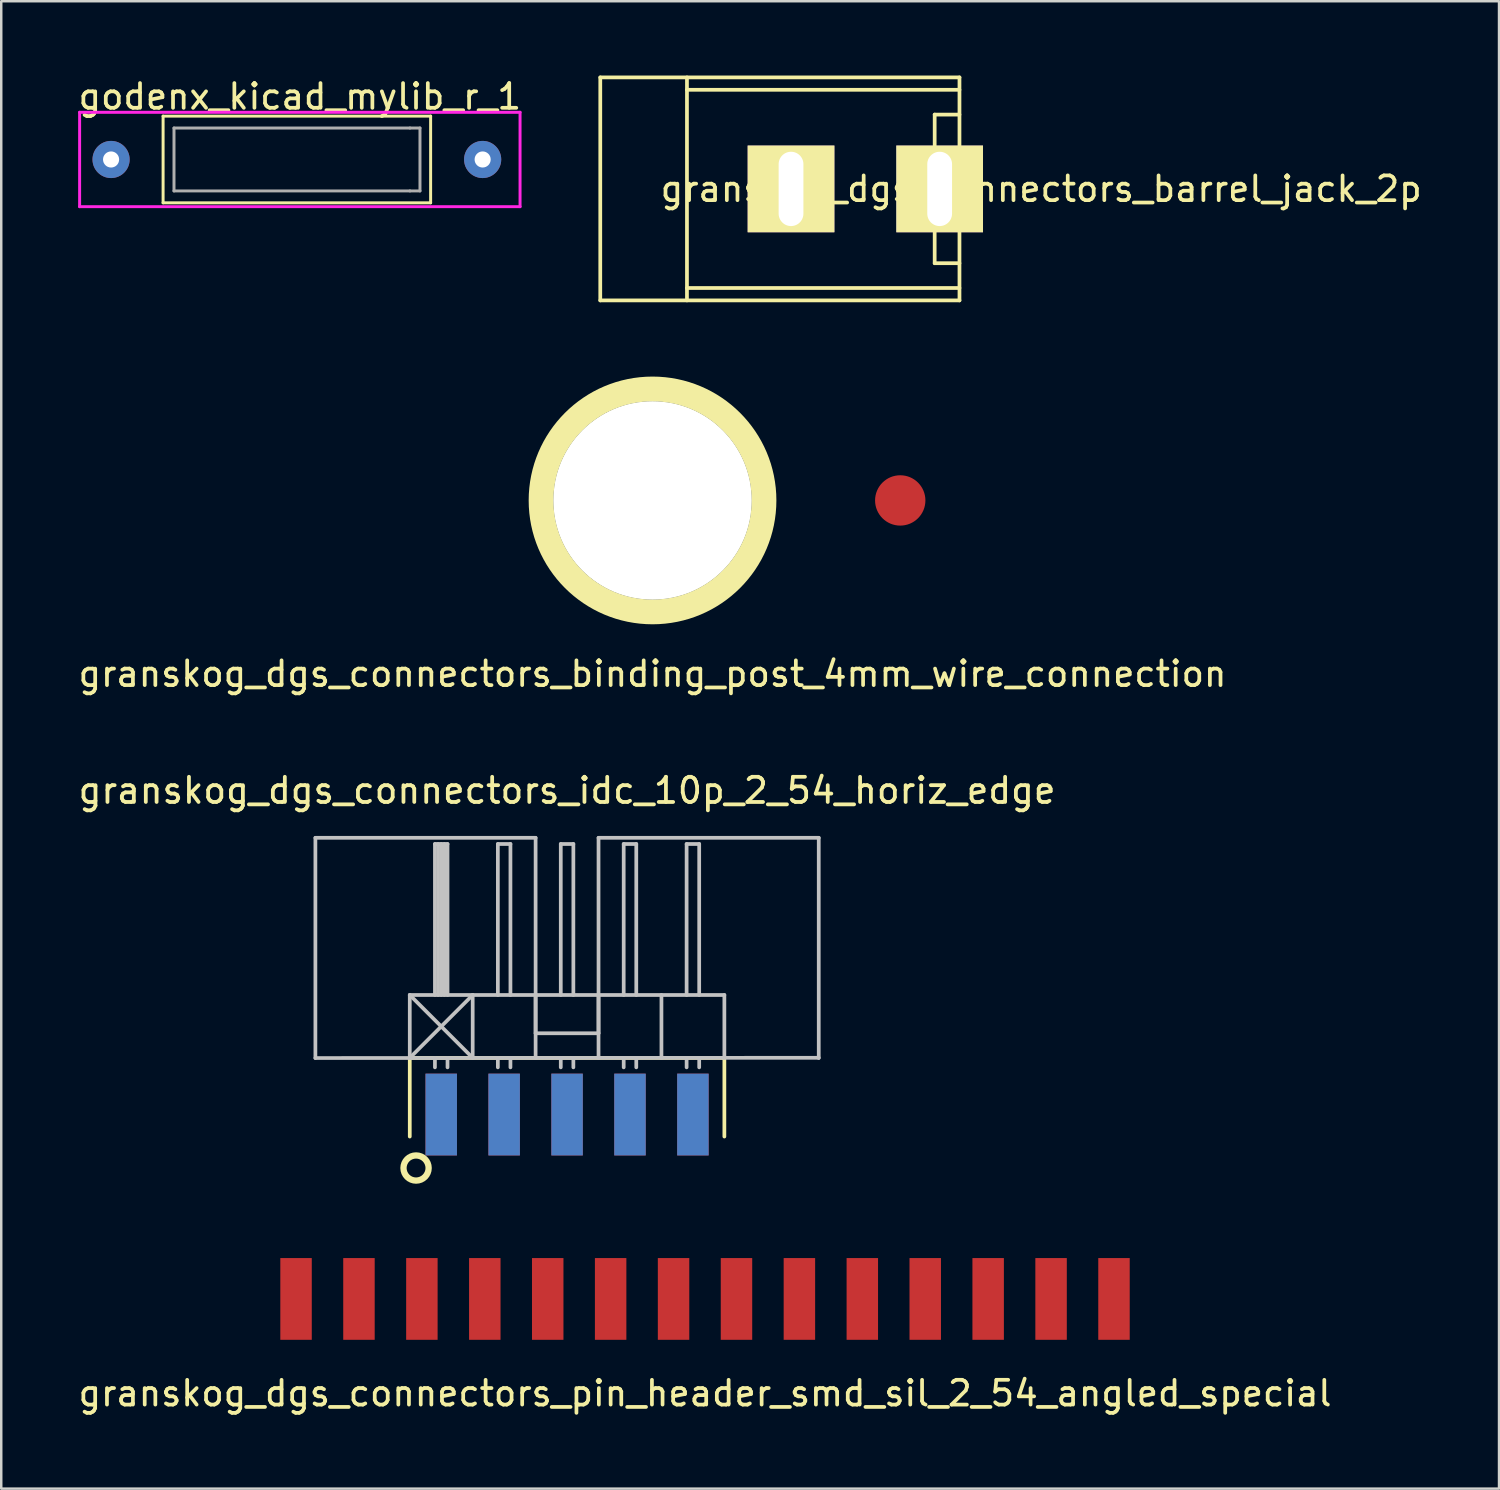
<source format=kicad_pcb>
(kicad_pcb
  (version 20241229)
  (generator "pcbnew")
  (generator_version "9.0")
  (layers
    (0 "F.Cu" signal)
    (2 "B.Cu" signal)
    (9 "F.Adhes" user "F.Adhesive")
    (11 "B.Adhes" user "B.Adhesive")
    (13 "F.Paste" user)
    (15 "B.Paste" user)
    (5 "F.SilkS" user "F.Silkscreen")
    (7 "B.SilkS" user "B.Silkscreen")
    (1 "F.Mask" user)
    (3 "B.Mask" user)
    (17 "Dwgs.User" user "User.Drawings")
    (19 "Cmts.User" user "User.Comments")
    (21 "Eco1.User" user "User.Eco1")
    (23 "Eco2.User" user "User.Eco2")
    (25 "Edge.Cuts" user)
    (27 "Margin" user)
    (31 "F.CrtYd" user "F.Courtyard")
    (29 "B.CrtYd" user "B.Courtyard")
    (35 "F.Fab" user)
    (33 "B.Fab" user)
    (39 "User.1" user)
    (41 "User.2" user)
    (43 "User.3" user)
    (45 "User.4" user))
  (footprint "granskog_dgs_connectors_idc_10p_2_54_horiz_edge"
    (layer "F.Cu")
    (at 19.842 41.562)
    (property "Reference" "granskog_dgs_connectors_idc_10p_2_54_horiz_edge" (at 0 -12.7 0) (layer "F.SilkS") (effects (font (size 1.016 1.016) (thickness 0.152))))
    (attr through_hole)
    (fp_line (start -6.35 -1.905) (end 6.35 -1.905) (stroke (width 0.15) (type solid)) (layer "F.SilkS"))
    (fp_line (start -6.35 1.27) (end -6.35 -1.905) (stroke (width 0.15) (type solid)) (layer "F.SilkS"))
    (fp_line (start 6.35 -1.905) (end 6.35 1.27) (stroke (width 0.15) (type solid)) (layer "F.SilkS"))
    (fp_circle (center -6.096 2.54) (end -5.588 2.54) (stroke (width 0.254) (type solid)) (fill no) (layer "F.SilkS"))
    (fp_line (start -10.16 -10.79) (end -10.16 -1.9) (stroke (width 0.15) (type solid)) (layer "Dwgs.User"))
    (fp_line (start -10.16 -1.9) (end 10.16 -1.91) (stroke (width 0.15) (type solid)) (layer "Dwgs.User"))
    (fp_line (start -6.35 -4.445) (end -6.35 -1.905) (stroke (width 0.15) (type solid)) (layer "Dwgs.User"))
    (fp_line (start -6.35 -4.445) (end -3.81 -1.905) (stroke (width 0.15) (type solid)) (layer "Dwgs.User"))
    (fp_line (start -5.334 -10.541) (end -4.826 -10.541) (stroke (width 0.15) (type solid)) (layer "Dwgs.User"))
    (fp_line (start -5.334 -4.445) (end -5.334 -10.541) (stroke (width 0.15) (type solid)) (layer "Dwgs.User"))
    (fp_line (start -5.334 -1.905) (end -5.334 -1.524) (stroke (width 0.15) (type solid)) (layer "Dwgs.User"))
    (fp_line (start -5.207 -10.541) (end -5.207 -4.445) (stroke (width 0.15) (type solid)) (layer "Dwgs.User"))
    (fp_line (start -5.08 -4.445) (end -5.08 -10.541) (stroke (width 0.15) (type solid)) (layer "Dwgs.User"))
    (fp_line (start -4.953 -4.445) (end -4.953 -10.541) (stroke (width 0.15) (type solid)) (layer "Dwgs.User"))
    (fp_line (start -4.826 -10.541) (end -4.826 -4.445) (stroke (width 0.15) (type solid)) (layer "Dwgs.User"))
    (fp_line (start -4.826 -1.905) (end -4.826 -1.524) (stroke (width 0.15) (type solid)) (layer "Dwgs.User"))
    (fp_line (start -3.81 -4.445) (end -6.35 -1.905) (stroke (width 0.15) (type solid)) (layer "Dwgs.User"))
    (fp_line (start -3.81 -4.445) (end -3.81 -1.905) (stroke (width 0.15) (type solid)) (layer "Dwgs.User"))
    (fp_line (start -2.794 -10.541) (end -2.286 -10.541) (stroke (width 0.15) (type solid)) (layer "Dwgs.User"))
    (fp_line (start -2.794 -4.445) (end -2.794 -10.541) (stroke (width 0.15) (type solid)) (layer "Dwgs.User"))
    (fp_line (start -2.794 -1.905) (end -2.794 -1.524) (stroke (width 0.15) (type solid)) (layer "Dwgs.User"))
    (fp_line (start -2.286 -10.541) (end -2.286 -4.445) (stroke (width 0.15) (type solid)) (layer "Dwgs.User"))
    (fp_line (start -2.286 -1.905) (end -2.286 -1.524) (stroke (width 0.15) (type solid)) (layer "Dwgs.User"))
    (fp_line (start -1.27 -10.79) (end -10.16 -10.79) (stroke (width 0.15) (type solid)) (layer "Dwgs.User"))
    (fp_line (start -1.27 -10.79) (end -1.27 -2.9) (stroke (width 0.15) (type solid)) (layer "Dwgs.User"))
    (fp_line (start -1.27 -4.445) (end -1.27 -1.905) (stroke (width 0.15) (type solid)) (layer "Dwgs.User"))
    (fp_line (start -1.27 -2.9) (end 1.27 -2.9) (stroke (width 0.15) (type solid)) (layer "Dwgs.User"))
    (fp_line (start -0.254 -10.541) (end 0.254 -10.541) (stroke (width 0.15) (type solid)) (layer "Dwgs.User"))
    (fp_line (start -0.254 -4.445) (end -0.254 -10.541) (stroke (width 0.15) (type solid)) (layer "Dwgs.User"))
    (fp_line (start -0.254 -1.905) (end -0.254 -1.524) (stroke (width 0.15) (type solid)) (layer "Dwgs.User"))
    (fp_line (start 0.254 -10.541) (end 0.254 -4.445) (stroke (width 0.15) (type solid)) (layer "Dwgs.User"))
    (fp_line (start 0.254 -1.905) (end 0.254 -1.524) (stroke (width 0.15) (type solid)) (layer "Dwgs.User"))
    (fp_line (start 1.27 -10.79) (end 10.16 -10.79) (stroke (width 0.15) (type solid)) (layer "Dwgs.User"))
    (fp_line (start 1.27 -4.445) (end 1.27 -1.905) (stroke (width 0.15) (type solid)) (layer "Dwgs.User"))
    (fp_line (start 1.27 -2.9) (end 1.27 -10.79) (stroke (width 0.15) (type solid)) (layer "Dwgs.User"))
    (fp_line (start 2.286 -10.541) (end 2.794 -10.541) (stroke (width 0.15) (type solid)) (layer "Dwgs.User"))
    (fp_line (start 2.286 -4.445) (end 2.286 -10.541) (stroke (width 0.15) (type solid)) (layer "Dwgs.User"))
    (fp_line (start 2.286 -1.905) (end 2.286 -1.524) (stroke (width 0.15) (type solid)) (layer "Dwgs.User"))
    (fp_line (start 2.794 -10.541) (end 2.794 -4.445) (stroke (width 0.15) (type solid)) (layer "Dwgs.User"))
    (fp_line (start 2.794 -1.905) (end 2.794 -1.524) (stroke (width 0.15) (type solid)) (layer "Dwgs.User"))
    (fp_line (start 3.81 -4.445) (end 3.81 -1.905) (stroke (width 0.15) (type solid)) (layer "Dwgs.User"))
    (fp_line (start 4.826 -10.541) (end 5.334 -10.541) (stroke (width 0.15) (type solid)) (layer "Dwgs.User"))
    (fp_line (start 4.826 -4.445) (end 4.826 -10.541) (stroke (width 0.15) (type solid)) (layer "Dwgs.User"))
    (fp_line (start 4.826 -1.905) (end 4.826 -1.524) (stroke (width 0.15) (type solid)) (layer "Dwgs.User"))
    (fp_line (start 5.334 -10.541) (end 5.334 -4.445) (stroke (width 0.15) (type solid)) (layer "Dwgs.User"))
    (fp_line (start 5.334 -1.905) (end 5.334 -1.524) (stroke (width 0.15) (type solid)) (layer "Dwgs.User"))
    (fp_line (start 6.35 -4.445) (end -6.35 -4.445) (stroke (width 0.15) (type solid)) (layer "Dwgs.User"))
    (fp_line (start 6.35 -1.905) (end 6.35 -4.445) (stroke (width 0.15) (type solid)) (layer "Dwgs.User"))
    (fp_line (start 10.16 -1.9) (end 10.16 -10.79) (stroke (width 0.15) (type solid)) (layer "Dwgs.User"))
    (pad "1" smd rect (at -5.08 0.381) (size 1.27 3.302) (layers "F.Cu" "F.Mask" "F.Paste"))
    (pad "2" smd rect (at -5.08 0.381) (size 1.27 3.302) (layers "B.Cu" "B.Mask" "B.Paste"))
    (pad "3" smd rect (at -2.54 0.381) (size 1.27 3.302) (layers "F.Cu" "F.Mask" "F.Paste"))
    (pad "4" smd rect (at -2.54 0.381) (size 1.27 3.302) (layers "B.Cu" "B.Mask" "B.Paste"))
    (pad "5" smd rect (at 0 0.381) (size 1.27 3.302) (layers "F.Cu" "F.Mask" "F.Paste"))
    (pad "6" smd rect (at 0 0.381) (size 1.27 3.302) (layers "B.Cu" "B.Mask" "B.Paste"))
    (pad "7" smd rect (at 2.54 0.381) (size 1.27 3.302) (layers "F.Cu" "F.Mask" "F.Paste"))
    (pad "8" smd rect (at 2.54 0.381) (size 1.27 3.302) (layers "B.Cu" "B.Mask" "B.Paste"))
    (pad "9" smd rect (at 5.08 0.381) (size 1.27 3.302) (layers "F.Cu" "F.Mask" "F.Paste"))
    (pad "10" smd rect (at 5.08 0.381) (size 1.27 3.302) (layers "B.Cu" "B.Mask" "B.Paste")))
  (footprint "granskog_dgs_connectors_binding_post_4mm_wire_connection"
    (layer "F.Cu")
    (at 23.292 17.152)
    (property "Reference" "granskog_dgs_connectors_binding_post_4mm_wire_connection" (at 0 7 0) (layer "F.SilkS") (effects (font (size 1 1) (thickness 0.15))))
    (attr through_hole)
    (fp_circle (center 0 0) (end 4.5 0) (stroke (width 1) (type solid)) (fill no) (layer "F.SilkS"))
    (pad "" np_thru_hole circle (at 0 0) (size 8 8) (drill 8) (layers "*.Cu" "*.Mask" "F.SilkS"))
    (pad "1" connect circle (at 10 0) (size 2.032 2.032) (layers "F.Cu" "F.Mask")))
  (footprint "godenx_kicad_mylib_r_1"
    (layer "F.Cu")
    (at 1.434 3.388)
    (property "Reference" "godenx_kicad_mylib_r_1" (at 7.62 -2.54 0) (layer "F.SilkS") (effects (font (size 1 1) (thickness 0.15))))
    (attr through_hole)
    (fp_line (start 2.1 -1.75) (end 12.9 -1.75) (stroke (width 0.12) (type solid)) (layer "F.SilkS"))
    (fp_line (start 2.1 1.75) (end 2.1 -1.75) (stroke (width 0.12) (type solid)) (layer "F.SilkS"))
    (fp_line (start 2.1 1.75) (end 12.9 1.75) (stroke (width 0.12) (type solid)) (layer "F.SilkS"))
    (fp_line (start 12.9 1.75) (end 12.9 -1.75) (stroke (width 0.12) (type solid)) (layer "F.SilkS"))
    (fp_line (start -1.27 -1.905) (end 16.51 -1.905) (stroke (width 0.12) (type solid)) (layer "F.CrtYd"))
    (fp_line (start -1.27 1.905) (end -1.27 -1.905) (stroke (width 0.12) (type solid)) (layer "F.CrtYd"))
    (fp_line (start 16.51 -1.905) (end 16.51 1.905) (stroke (width 0.12) (type solid)) (layer "F.CrtYd"))
    (fp_line (start 16.51 1.905) (end -1.27 1.905) (stroke (width 0.12) (type solid)) (layer "F.CrtYd"))
    (fp_line (start 2.54 -1.27) (end 12.065 -1.27) (stroke (width 0.12) (type solid)) (layer "F.Fab"))
    (fp_line (start 2.54 1.27) (end 2.54 -1.27) (stroke (width 0.12) (type solid)) (layer "F.Fab"))
    (fp_line (start 12.065 -1.27) (end 12.47 -1.27) (stroke (width 0.12) (type solid)) (layer "F.Fab"))
    (fp_line (start 12.065 1.27) (end 2.54 1.27) (stroke (width 0.12) (type solid)) (layer "F.Fab"))
    (fp_line (start 12.065 1.27) (end 12.47 1.27) (stroke (width 0.12) (type solid)) (layer "F.Fab"))
    (fp_line (start 12.47 -1.27) (end 12.47 1.27) (stroke (width 0.12) (type solid)) (layer "F.Fab"))
    (pad "1" thru_hole circle (at 0 0) (size 1.5 1.5) (drill 0.65) (layers "*.Cu" "*.Mask"))
    (pad "2" thru_hole circle (at 15 0) (size 1.5 1.5) (drill 0.65) (layers "*.Cu" "*.Mask")))
  (footprint "granskog_dgs_connectors_pin_header_smd_sil_2_54_angled_special"
    (layer "F.Cu")
    (at 25.411 49.387)
    (property "Reference" "granskog_dgs_connectors_pin_header_smd_sil_2_54_angled_special" (at 0 3.81 0) (layer "F.SilkS") (effects (font (size 1 1) (thickness 0.15))))
    (attr through_hole)
    (pad "1" smd rect (at -16.51 0) (size 1.27 3.3) (layers "F.Cu" "F.Mask" "F.Paste"))
    (pad "2" smd rect (at -13.97 0) (size 1.27 3.3) (layers "F.Cu" "F.Mask" "F.Paste"))
    (pad "3" smd rect (at -11.43 0) (size 1.27 3.3) (layers "F.Cu" "F.Mask" "F.Paste"))
    (pad "4" smd rect (at -8.89 0) (size 1.27 3.3) (layers "F.Cu" "F.Mask" "F.Paste"))
    (pad "5" smd rect (at -6.35 0) (size 1.27 3.3) (layers "F.Cu" "F.Mask" "F.Paste"))
    (pad "6" smd rect (at -3.81 0) (size 1.27 3.3) (layers "F.Cu" "F.Mask" "F.Paste"))
    (pad "7" smd rect (at -1.27 0) (size 1.27 3.3) (layers "F.Cu" "F.Mask" "F.Paste"))
    (pad "8" smd rect (at 1.27 0) (size 1.27 3.3) (layers "F.Cu" "F.Mask" "F.Paste"))
    (pad "9" smd rect (at 3.81 0) (size 1.27 3.3) (layers "F.Cu" "F.Mask" "F.Paste"))
    (pad "10" smd rect (at 6.35 0) (size 1.27 3.3) (layers "F.Cu" "F.Mask" "F.Paste"))
    (pad "11" smd rect (at 8.89 0) (size 1.27 3.3) (layers "F.Cu" "F.Mask" "F.Paste"))
    (pad "12" smd rect (at 11.43 0) (size 1.27 3.3) (layers "F.Cu" "F.Mask" "F.Paste"))
    (pad "13" smd rect (at 13.97 0) (size 1.27 3.3) (layers "F.Cu" "F.Mask" "F.Paste"))
    (pad "14" smd rect (at 16.51 0) (size 1.27 3.3) (layers "F.Cu" "F.Mask" "F.Paste")))
  (footprint "granskog_dgs_connectors_barrel_jack_2p"
    (layer "F.Cu")
    (at 28.883 4.576)
    (property "Reference" "granskog_dgs_connectors_barrel_jack_2p" (at 10.099 0 180) (layer "F.SilkS") (effects (font (size 1 1) (thickness 0.15))))
    (attr through_hole)
    (fp_line (start -7.7 -4.501) (end -7.701 4.501) (stroke (width 0.15) (type solid)) (layer "F.SilkS"))
    (fp_line (start -7.7 4.501) (end 6.8 4.501) (stroke (width 0.15) (type solid)) (layer "F.SilkS"))
    (fp_line (start -4.201 -4.501) (end -4.201 4.501) (stroke (width 0.15) (type solid)) (layer "F.SilkS"))
    (fp_line (start -4.201 -4) (end 6.799 -4) (stroke (width 0.15) (type solid)) (layer "F.SilkS"))
    (fp_line (start -4.201 4) (end 6.799 4) (stroke (width 0.15) (type solid)) (layer "F.SilkS"))
    (fp_line (start 5.799 -3) (end 5.799 3) (stroke (width 0.15) (type solid)) (layer "F.SilkS"))
    (fp_line (start 5.799 3) (end 6.799 3) (stroke (width 0.15) (type solid)) (layer "F.SilkS"))
    (fp_line (start 6.799 -3) (end 5.799 -3) (stroke (width 0.15) (type solid)) (layer "F.SilkS"))
    (fp_line (start 6.8 -4.501) (end -7.7 -4.501) (stroke (width 0.15) (type solid)) (layer "F.SilkS"))
    (fp_line (start 6.8 4.501) (end 6.8 -4.501) (stroke (width 0.15) (type solid)) (layer "F.SilkS"))
    (pad "1" thru_hole rect (at 6 0) (size 3.5 3.5) (drill oval 1 3) (layers "*.Cu" "*.Mask" "F.SilkS"))
    (pad "2" thru_hole rect (at 0 0) (size 3.5 3.5) (drill oval 1 3) (layers "*.Cu" "*.Mask" "F.SilkS")))
  (gr_rect
    (start -3 -3)
    (end 57.464 57.045)
    (stroke (width 0.1) (type default))
    (fill no)
    (layer "Edge.Cuts")))
</source>
